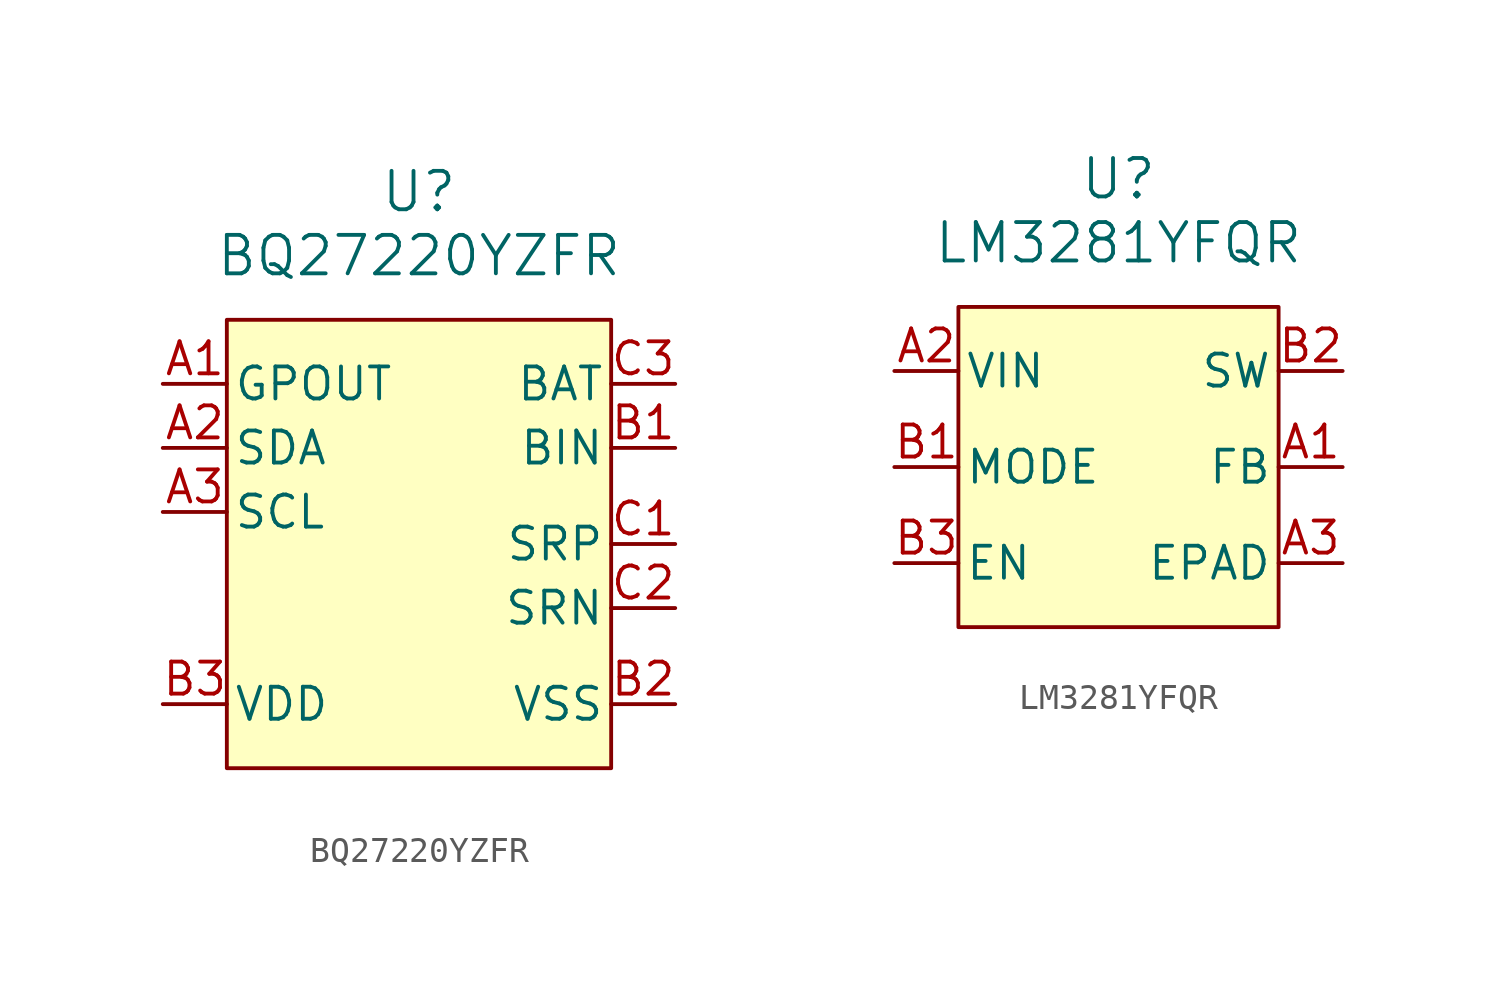
<source format=kicad_sym>
(kicad_symbol_lib
  (version 20231120)
  (generator "kicad_symbol_editor")
  (generator_version "8.0")
  (symbol "BQ27220YZFR"
    (pin_names
      (offset 0.254))
    (property "Reference" "U"
      (at 0 13.97 0)
      (effects (font (size 1.524 1.524))))
    (property "Value" "BQ27220YZFR"
      (at 0 11.43 0)
      (effects (font (size 1.524 1.524))))
    (symbol "BQ27220YZFR_0_1"
      (pin bidirectional line (at -10.16 3.81 0) (length 2.54) (name "SDA" (effects (font (size 1.27 1.27)))) (number "A2" (effects (font (size 1.27 1.27)))))
      (pin bidirectional line (at -10.16 1.27 0) (length 2.54) (name "SCL" (effects (font (size 1.27 1.27)))) (number "A3" (effects (font (size 1.27 1.27)))))
      (pin power_in line (at 10.16 -6.35 180) (length 2.54) (name "VSS" (effects (font (size 1.27 1.27)))) (number "B2" (effects (font (size 1.27 1.27)))))
      (pin power_in line (at -10.16 -6.35 0) (length 2.54) (name "VDD" (effects (font (size 1.27 1.27)))) (number "B3" (effects (font (size 1.27 1.27)))))
      (pin input line (at 10.16 0 180) (length 2.54) (name "SRP" (effects (font (size 1.27 1.27)))) (number "C1" (effects (font (size 1.27 1.27)))))
      (pin input line (at 10.16 -2.54 180) (length 2.54) (name "SRN" (effects (font (size 1.27 1.27)))) (number "C2" (effects (font (size 1.27 1.27)))))
      (pin input line (at 10.16 6.35 180) (length 2.54) (name "BAT" (effects (font (size 1.27 1.27)))) (number "C3" (effects (font (size 1.27 1.27))))))
    (symbol "BQ27220YZFR_1_1"
      (rectangle (start -7.62 8.89) (end 7.62 -8.89) (stroke (width 0) (type default)) (fill (type background)))
      (pin output line (at -10.16 6.35 0) (length 2.54) (name "GPOUT" (effects (font (size 1.27 1.27)))) (number "A1" (effects (font (size 1.27 1.27)))))
      (pin input line (at 10.16 3.81 180) (length 2.54) (name "BIN" (effects (font (size 1.27 1.27)))) (number "B1" (effects (font (size 1.27 1.27)))))))
  (symbol "LM3281YFQR"
    (pin_names
      (offset 0.254))
    (property "Reference" "U"
      (at 0 11.43 0)
      (effects (font (size 1.524 1.524))))
    (property "Value" "LM3281YFQR"
      (at 0 8.89 0)
      (effects (font (size 1.524 1.524))))
    (symbol "LM3281YFQR_0_1"
      (pin output line (at 8.89 0 180) (length 2.54) (name "FB" (effects (font (size 1.27 1.27)))) (number "A1" (effects (font (size 1.27 1.27)))))
      (pin input line (at -8.89 3.81 0) (length 2.54) (name "VIN" (effects (font (size 1.27 1.27)))) (number "A2" (effects (font (size 1.27 1.27)))))
      (pin unspecified line (at -8.89 0 0) (length 2.54) (name "MODE" (effects (font (size 1.27 1.27)))) (number "B1" (effects (font (size 1.27 1.27))))))
    (symbol "LM3281YFQR_1_1"
      (rectangle (start -6.35 6.35) (end 6.35 -6.35) (stroke (width 0) (type default)) (fill (type background)))
      (pin unspecified line (at 8.89 -3.81 180) (length 2.54) (name "EPAD" (effects (font (size 1.27 1.27)))) (number "A3" (effects (font (size 1.27 1.27)))))
      (pin unspecified line (at 8.89 3.81 180) (length 2.54) (name "SW" (effects (font (size 1.27 1.27)))) (number "B2" (effects (font (size 1.27 1.27)))))
      (pin unspecified line (at -8.89 -3.81 0) (length 2.54) (name "EN" (effects (font (size 1.27 1.27)))) (number "B3" (effects (font (size 1.27 1.27))))))))
</source>
